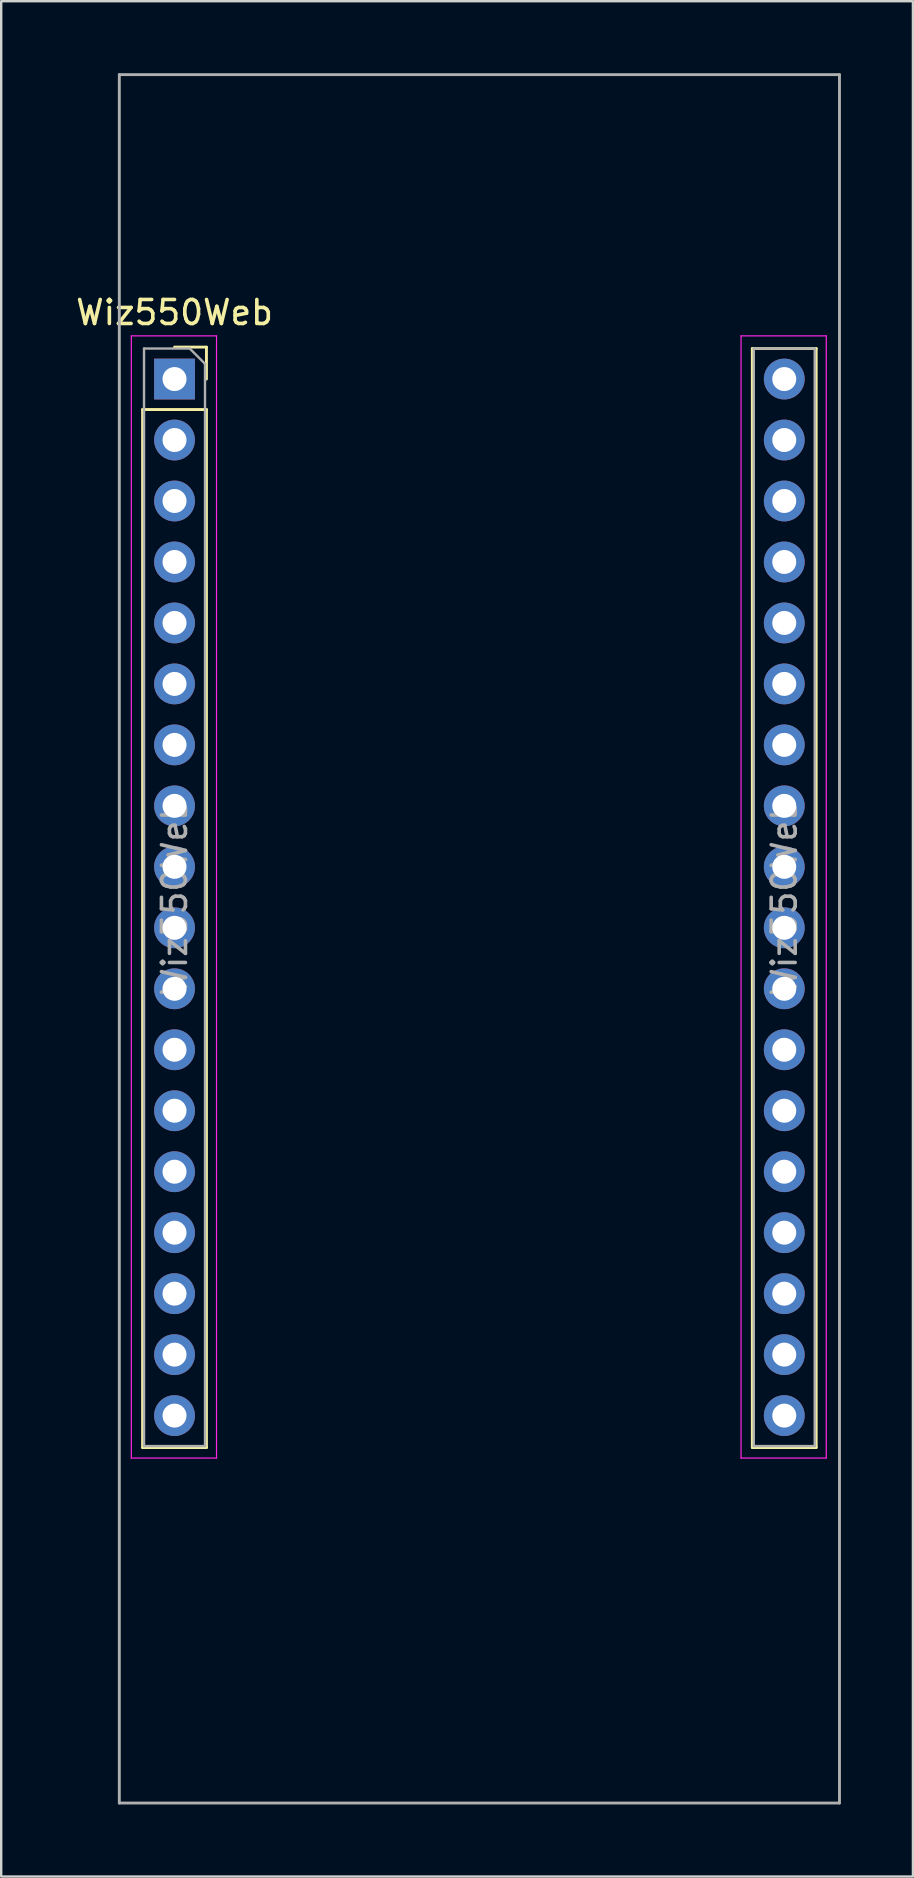
<source format=kicad_pcb>
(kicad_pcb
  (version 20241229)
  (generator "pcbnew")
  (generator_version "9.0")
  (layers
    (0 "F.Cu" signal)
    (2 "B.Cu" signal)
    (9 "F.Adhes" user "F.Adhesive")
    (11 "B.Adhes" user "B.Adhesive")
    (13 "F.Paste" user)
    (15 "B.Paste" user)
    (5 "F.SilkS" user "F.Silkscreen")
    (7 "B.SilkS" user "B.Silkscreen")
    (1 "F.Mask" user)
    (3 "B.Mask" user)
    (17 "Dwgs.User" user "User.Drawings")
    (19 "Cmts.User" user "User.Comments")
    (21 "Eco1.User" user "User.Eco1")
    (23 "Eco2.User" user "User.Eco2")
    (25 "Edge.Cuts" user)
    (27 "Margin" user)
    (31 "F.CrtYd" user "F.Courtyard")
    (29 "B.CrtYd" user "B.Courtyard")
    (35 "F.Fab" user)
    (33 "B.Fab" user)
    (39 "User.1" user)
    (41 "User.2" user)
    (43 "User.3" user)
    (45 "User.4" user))
  (footprint "Wiz550Web"
    (layer "F.Cu")
    (at 4.22 12.74)
    (property "Reference" "Wiz550Web" (at 0 -2.77 0) (layer "F.SilkS") (effects (font (size 1 1) (thickness 0.15))))
    (attr through_hole)
    (fp_line (start -1.33 1.27) (end -1.33 44.51) (stroke (width 0.12) (type solid)) (layer "F.SilkS"))
    (fp_line (start -1.33 1.27) (end 1.33 1.27) (stroke (width 0.12) (type solid)) (layer "F.SilkS"))
    (fp_line (start -1.33 44.51) (end 1.33 44.51) (stroke (width 0.12) (type solid)) (layer "F.SilkS"))
    (fp_line (start 0 -1.33) (end 1.33 -1.33) (stroke (width 0.12) (type solid)) (layer "F.SilkS"))
    (fp_line (start 1.33 -1.33) (end 1.33 0) (stroke (width 0.12) (type solid)) (layer "F.SilkS"))
    (fp_line (start 1.33 1.27) (end 1.33 44.51) (stroke (width 0.12) (type solid)) (layer "F.SilkS"))
    (fp_line (start 24.07 -1.27) (end 24.07 44.51) (stroke (width 0.12) (type solid)) (layer "F.SilkS"))
    (fp_line (start 24.07 -1.27) (end 26.73 -1.27) (stroke (width 0.12) (type solid)) (layer "F.SilkS"))
    (fp_line (start 24.07 44.51) (end 26.73 44.51) (stroke (width 0.12) (type solid)) (layer "F.SilkS"))
    (fp_line (start 26.73 -1.27) (end 26.73 44.51) (stroke (width 0.12) (type solid)) (layer "F.SilkS"))
    (fp_line (start -1.8 -1.8) (end 1.75 -1.8) (stroke (width 0.05) (type solid)) (layer "F.CrtYd"))
    (fp_line (start -1.8 44.95) (end -1.8 -1.8) (stroke (width 0.05) (type solid)) (layer "F.CrtYd"))
    (fp_line (start 1.75 -1.8) (end 1.75 44.95) (stroke (width 0.05) (type solid)) (layer "F.CrtYd"))
    (fp_line (start 1.75 44.95) (end -1.8 44.95) (stroke (width 0.05) (type solid)) (layer "F.CrtYd"))
    (fp_line (start 23.6 -1.8) (end 27.15 -1.8) (stroke (width 0.05) (type solid)) (layer "F.CrtYd"))
    (fp_line (start 23.6 44.95) (end 23.6 -1.8) (stroke (width 0.05) (type solid)) (layer "F.CrtYd"))
    (fp_line (start 27.15 -1.8) (end 27.15 44.95) (stroke (width 0.05) (type solid)) (layer "F.CrtYd"))
    (fp_line (start 27.15 44.95) (end 23.6 44.95) (stroke (width 0.05) (type solid)) (layer "F.CrtYd"))
    (fp_line (start -2.3 -12.68) (end 27.7 -12.68) (stroke (width 0.12) (type solid)) (layer "F.Fab"))
    (fp_line (start -2.3 59.32) (end -2.3 -12.68) (stroke (width 0.12) (type solid)) (layer "F.Fab"))
    (fp_line (start -1.27 -1.27) (end 0.635 -1.27) (stroke (width 0.1) (type solid)) (layer "F.Fab"))
    (fp_line (start -1.27 44.45) (end -1.27 -1.27) (stroke (width 0.1) (type solid)) (layer "F.Fab"))
    (fp_line (start 0.635 -1.27) (end 1.27 -0.635) (stroke (width 0.1) (type solid)) (layer "F.Fab"))
    (fp_line (start 1.27 -0.635) (end 1.27 44.45) (stroke (width 0.1) (type solid)) (layer "F.Fab"))
    (fp_line (start 1.27 44.45) (end -1.27 44.45) (stroke (width 0.1) (type solid)) (layer "F.Fab"))
    (fp_line (start 24.13 -1.27) (end 26.67 -1.27) (stroke (width 0.1) (type solid)) (layer "F.Fab"))
    (fp_line (start 24.13 44.45) (end 24.13 -1.27) (stroke (width 0.1) (type solid)) (layer "F.Fab"))
    (fp_line (start 26.67 -1.27) (end 26.67 44.45) (stroke (width 0.1) (type solid)) (layer "F.Fab"))
    (fp_line (start 26.67 44.45) (end 24.13 44.45) (stroke (width 0.1) (type solid)) (layer "F.Fab"))
    (fp_line (start 27.7 -12.68) (end 27.7 59.32) (stroke (width 0.12) (type solid)) (layer "F.Fab"))
    (fp_line (start 27.7 59.32) (end -2.3 59.32) (stroke (width 0.12) (type solid)) (layer "F.Fab"))
    (fp_text user "${REFERENCE}" (at 0 21.59 90) (layer "F.Fab") (effects (font (size 1 1) (thickness 0.15))))
    (fp_text user "${REFERENCE}" (at 25.4 21.59 90) (layer "F.Fab") (effects (font (size 1 1) (thickness 0.15))))
    (pad "1" thru_hole rect (at 0 0) (size 1.7 1.7) (drill 1) (layers "*.Cu" "*.Mask"))
    (pad "2" thru_hole oval (at 0 2.54) (size 1.7 1.7) (drill 1) (layers "*.Cu" "*.Mask"))
    (pad "3" thru_hole oval (at 0 5.08) (size 1.7 1.7) (drill 1) (layers "*.Cu" "*.Mask"))
    (pad "4" thru_hole oval (at 0 7.62) (size 1.7 1.7) (drill 1) (layers "*.Cu" "*.Mask"))
    (pad "5" thru_hole oval (at 0 10.16) (size 1.7 1.7) (drill 1) (layers "*.Cu" "*.Mask"))
    (pad "6" thru_hole oval (at 0 12.7) (size 1.7 1.7) (drill 1) (layers "*.Cu" "*.Mask"))
    (pad "7" thru_hole oval (at 0 15.24) (size 1.7 1.7) (drill 1) (layers "*.Cu" "*.Mask"))
    (pad "8" thru_hole oval (at 0 17.78) (size 1.7 1.7) (drill 1) (layers "*.Cu" "*.Mask"))
    (pad "9" thru_hole oval (at 0 20.32) (size 1.7 1.7) (drill 1) (layers "*.Cu" "*.Mask"))
    (pad "10" thru_hole oval (at 0 22.86) (size 1.7 1.7) (drill 1) (layers "*.Cu" "*.Mask"))
    (pad "11" thru_hole oval (at 0 25.4) (size 1.7 1.7) (drill 1) (layers "*.Cu" "*.Mask"))
    (pad "12" thru_hole oval (at 0 27.94) (size 1.7 1.7) (drill 1) (layers "*.Cu" "*.Mask"))
    (pad "13" thru_hole oval (at 0 30.48) (size 1.7 1.7) (drill 1) (layers "*.Cu" "*.Mask"))
    (pad "14" thru_hole oval (at 0 33.02) (size 1.7 1.7) (drill 1) (layers "*.Cu" "*.Mask"))
    (pad "15" thru_hole oval (at 0 35.56) (size 1.7 1.7) (drill 1) (layers "*.Cu" "*.Mask"))
    (pad "16" thru_hole oval (at 0 38.1) (size 1.7 1.7) (drill 1) (layers "*.Cu" "*.Mask"))
    (pad "17" thru_hole oval (at 0 40.64) (size 1.7 1.7) (drill 1) (layers "*.Cu" "*.Mask"))
    (pad "18" thru_hole oval (at 0 43.18) (size 1.7 1.7) (drill 1) (layers "*.Cu" "*.Mask"))
    (pad "19" thru_hole oval (at 25.4 43.18) (size 1.7 1.7) (drill 1) (layers "*.Cu" "*.Mask"))
    (pad "20" thru_hole oval (at 25.4 40.64) (size 1.7 1.7) (drill 1) (layers "*.Cu" "*.Mask"))
    (pad "21" thru_hole oval (at 25.4 38.1) (size 1.7 1.7) (drill 1) (layers "*.Cu" "*.Mask"))
    (pad "22" thru_hole oval (at 25.4 35.56) (size 1.7 1.7) (drill 1) (layers "*.Cu" "*.Mask"))
    (pad "23" thru_hole oval (at 25.4 33.02) (size 1.7 1.7) (drill 1) (layers "*.Cu" "*.Mask"))
    (pad "24" thru_hole oval (at 25.4 30.48) (size 1.7 1.7) (drill 1) (layers "*.Cu" "*.Mask"))
    (pad "25" thru_hole oval (at 25.4 27.94) (size 1.7 1.7) (drill 1) (layers "*.Cu" "*.Mask"))
    (pad "26" thru_hole oval (at 25.4 25.4) (size 1.7 1.7) (drill 1) (layers "*.Cu" "*.Mask"))
    (pad "27" thru_hole oval (at 25.4 22.86) (size 1.7 1.7) (drill 1) (layers "*.Cu" "*.Mask"))
    (pad "28" thru_hole oval (at 25.4 20.32) (size 1.7 1.7) (drill 1) (layers "*.Cu" "*.Mask"))
    (pad "29" thru_hole oval (at 25.4 17.78) (size 1.7 1.7) (drill 1) (layers "*.Cu" "*.Mask"))
    (pad "30" thru_hole oval (at 25.4 15.24) (size 1.7 1.7) (drill 1) (layers "*.Cu" "*.Mask"))
    (pad "31" thru_hole oval (at 25.4 12.7) (size 1.7 1.7) (drill 1) (layers "*.Cu" "*.Mask"))
    (pad "32" thru_hole oval (at 25.4 10.16) (size 1.7 1.7) (drill 1) (layers "*.Cu" "*.Mask"))
    (pad "33" thru_hole oval (at 25.4 7.62) (size 1.7 1.7) (drill 1) (layers "*.Cu" "*.Mask"))
    (pad "34" thru_hole oval (at 25.4 5.08) (size 1.7 1.7) (drill 1) (layers "*.Cu" "*.Mask"))
    (pad "35" thru_hole oval (at 25.4 2.54) (size 1.7 1.7) (drill 1) (layers "*.Cu" "*.Mask"))
    (pad "36" thru_hole oval (at 25.4 0) (size 1.7 1.7) (drill 1) (layers "*.Cu" "*.Mask")))
  (gr_rect
    (start -3 -3)
    (end 34.98 75.12)
    (stroke (width 0.1) (type default))
    (fill no)
    (layer "Edge.Cuts")))
</source>
